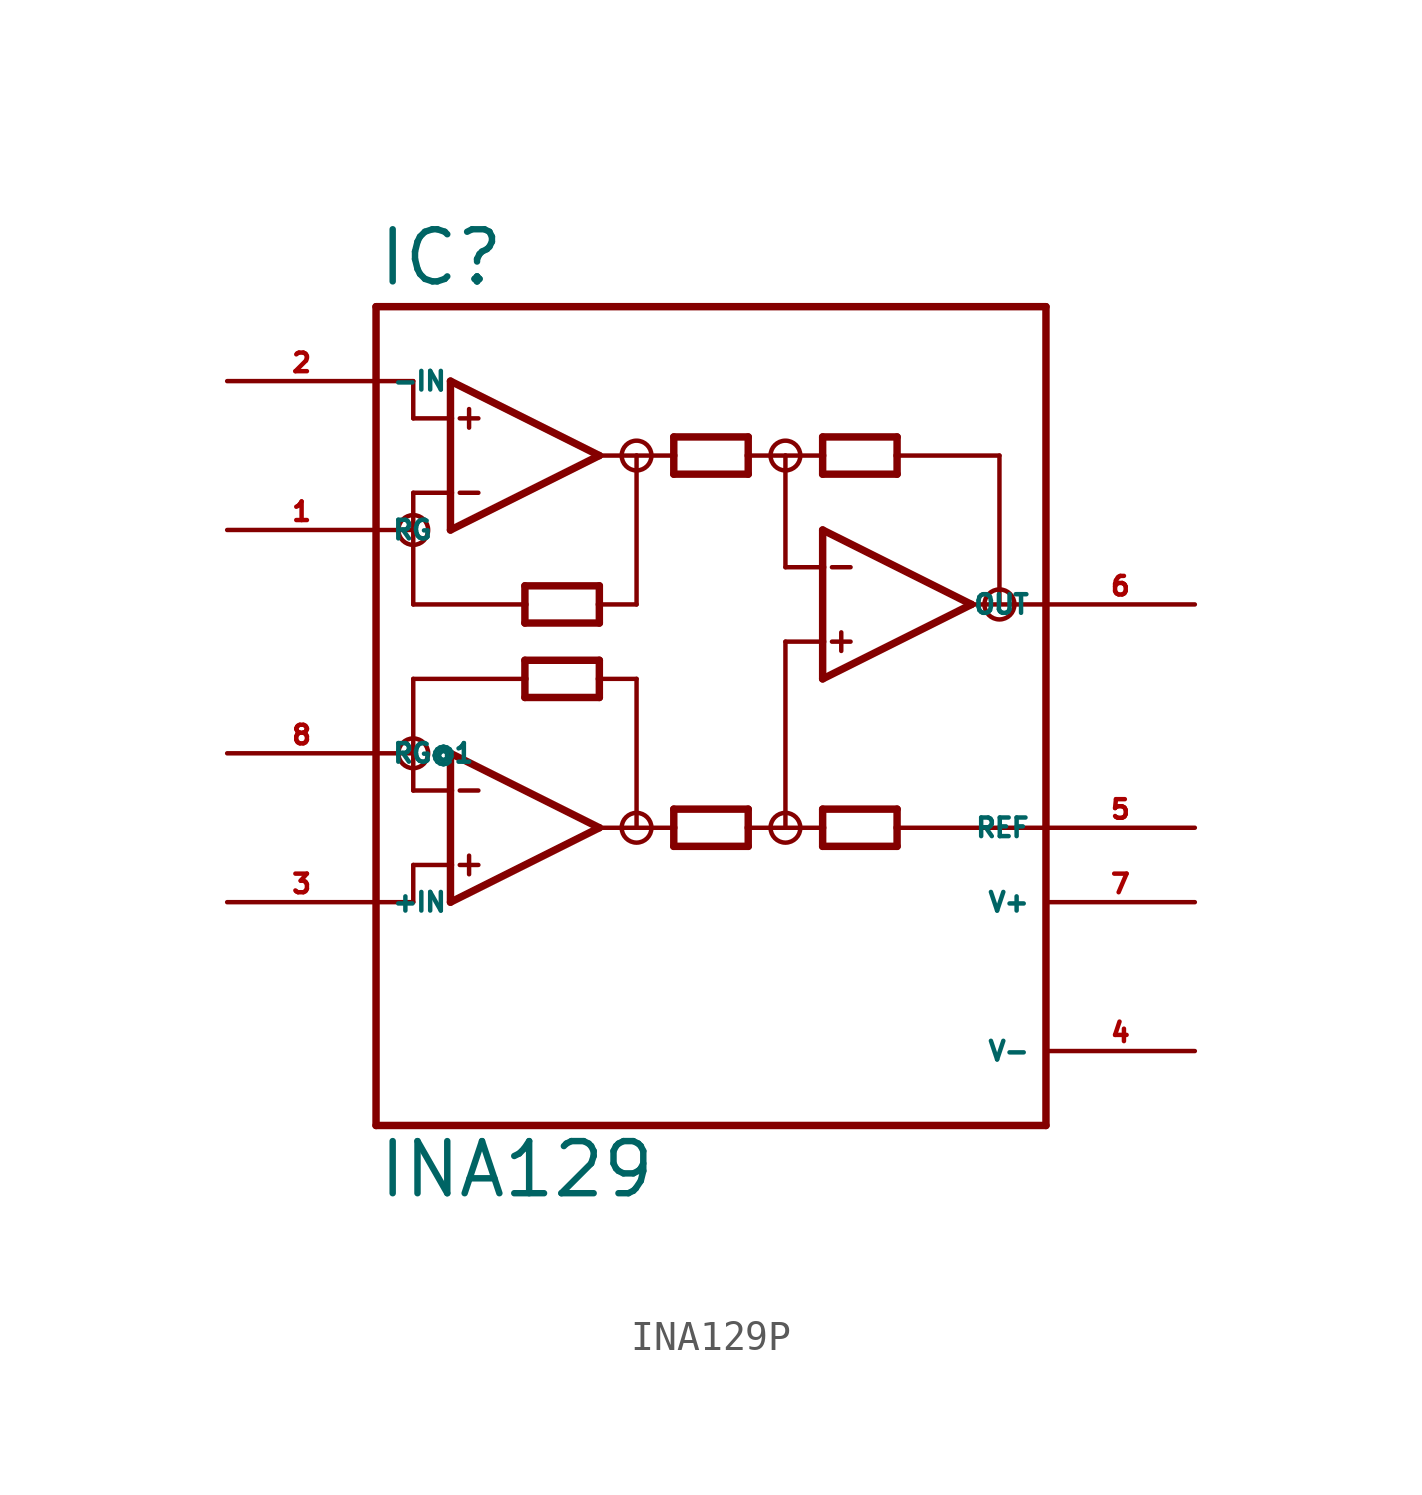
<source format=kicad_sym>
(kicad_symbol_lib
  (version 20220914)
  (generator Eagle2Kicad)
  (symbol "INA129P"
    (property "Reference" "IC"
      (at -10.16 13.335 0)
      (effects (font (size 1.778 1.778) (thickness 0.22)) (justify left bottom)))
    (property "Value" "INA129"
      (at -10.16 -17.78 0)
      (effects (font (size 1.778 1.778) (thickness 0.22)) (justify left bottom)))
    (polyline
      (pts (xy -7.62 5.08) (xy -7.62 6.35))
      (stroke (width 0.254) (type default))
      (fill (type none)))
    (polyline
      (pts (xy -7.62 6.35) (xy -7.62 8.89))
      (stroke (width 0.254) (type default))
      (fill (type none)))
    (polyline
      (pts (xy -7.62 8.89) (xy -7.62 10.16))
      (stroke (width 0.254) (type default))
      (fill (type none)))
    (polyline
      (pts (xy -7.62 10.16) (xy -2.54 7.62))
      (stroke (width 0.254) (type default))
      (fill (type none)))
    (polyline
      (pts (xy -2.54 7.62) (xy -7.62 5.08))
      (stroke (width 0.254) (type default))
      (fill (type none)))
    (polyline
      (pts (xy -2.54 1.905) (xy -2.54 2.54))
      (stroke (width 0.254) (type default))
      (fill (type none)))
    (polyline
      (pts (xy -2.54 2.54) (xy -2.54 3.175))
      (stroke (width 0.254) (type default))
      (fill (type none)))
    (polyline
      (pts (xy -2.54 3.175) (xy -5.08 3.175))
      (stroke (width 0.254) (type default))
      (fill (type none)))
    (polyline
      (pts (xy -5.08 3.175) (xy -5.08 2.54))
      (stroke (width 0.254) (type default))
      (fill (type none)))
    (polyline
      (pts (xy -5.08 2.54) (xy -5.08 1.905))
      (stroke (width 0.254) (type default))
      (fill (type none)))
    (polyline
      (pts (xy -5.08 1.905) (xy -2.54 1.905))
      (stroke (width 0.254) (type default))
      (fill (type none)))
    (polyline
      (pts (xy 0 6.985) (xy 0 7.62))
      (stroke (width 0.254) (type default))
      (fill (type none)))
    (polyline
      (pts (xy 0 7.62) (xy 0 8.255))
      (stroke (width 0.254) (type default))
      (fill (type none)))
    (polyline
      (pts (xy 0 8.255) (xy 2.54 8.255))
      (stroke (width 0.254) (type default))
      (fill (type none)))
    (polyline
      (pts (xy 2.54 8.255) (xy 2.54 7.62))
      (stroke (width 0.254) (type default))
      (fill (type none)))
    (polyline
      (pts (xy 2.54 7.62) (xy 2.54 6.985))
      (stroke (width 0.254) (type default))
      (fill (type none)))
    (polyline
      (pts (xy 2.54 6.985) (xy 0 6.985))
      (stroke (width 0.254) (type default))
      (fill (type none)))
    (polyline
      (pts (xy -7.62 8.89) (xy -8.89 8.89))
      (stroke (width 0.152) (type default))
      (fill (type none)))
    (polyline
      (pts (xy 7.62 8.255) (xy 7.62 7.62))
      (stroke (width 0.254) (type default))
      (fill (type none)))
    (polyline
      (pts (xy 7.62 7.62) (xy 7.62 6.985))
      (stroke (width 0.254) (type default))
      (fill (type none)))
    (polyline
      (pts (xy 7.62 6.985) (xy 5.08 6.985))
      (stroke (width 0.254) (type default))
      (fill (type none)))
    (polyline
      (pts (xy 5.08 6.985) (xy 5.08 7.62))
      (stroke (width 0.254) (type default))
      (fill (type none)))
    (polyline
      (pts (xy 5.08 7.62) (xy 5.08 8.255))
      (stroke (width 0.254) (type default))
      (fill (type none)))
    (polyline
      (pts (xy 5.08 8.255) (xy 7.62 8.255))
      (stroke (width 0.254) (type default))
      (fill (type none)))
    (polyline
      (pts (xy 5.08 -4.445) (xy 5.08 -5.08))
      (stroke (width 0.254) (type default))
      (fill (type none)))
    (polyline
      (pts (xy 5.08 -5.08) (xy 5.08 -5.715))
      (stroke (width 0.254) (type default))
      (fill (type none)))
    (polyline
      (pts (xy 5.08 -5.715) (xy 7.62 -5.715))
      (stroke (width 0.254) (type default))
      (fill (type none)))
    (polyline
      (pts (xy 7.62 -5.715) (xy 7.62 -5.08))
      (stroke (width 0.254) (type default))
      (fill (type none)))
    (polyline
      (pts (xy 7.62 -5.08) (xy 7.62 -4.445))
      (stroke (width 0.254) (type default))
      (fill (type none)))
    (polyline
      (pts (xy 7.62 -4.445) (xy 5.08 -4.445))
      (stroke (width 0.254) (type default))
      (fill (type none)))
    (polyline
      (pts (xy -7.62 6.35) (xy -8.89 6.35))
      (stroke (width 0.152) (type default))
      (fill (type none)))
    (polyline
      (pts (xy -7.303 8.89) (xy -6.668 8.89))
      (stroke (width 0.152) (type default))
      (fill (type none)))
    (polyline
      (pts (xy -7.303 6.35) (xy -6.668 6.35))
      (stroke (width 0.152) (type default))
      (fill (type none)))
    (polyline
      (pts (xy -6.985 9.207) (xy -6.985 8.572))
      (stroke (width 0.152) (type default))
      (fill (type none)))
    (polyline
      (pts (xy -10.16 -15.24) (xy 12.7 -15.24))
      (stroke (width 0.254) (type default))
      (fill (type none)))
    (polyline
      (pts (xy 12.7 -15.24) (xy 12.7 -5.08))
      (stroke (width 0.254) (type default))
      (fill (type none)))
    (polyline
      (pts (xy 12.7 -5.08) (xy 12.7 2.54))
      (stroke (width 0.254) (type default))
      (fill (type none)))
    (polyline
      (pts (xy 12.7 2.54) (xy 12.7 12.7))
      (stroke (width 0.254) (type default))
      (fill (type none)))
    (polyline
      (pts (xy 12.7 12.7) (xy -10.16 12.7))
      (stroke (width 0.254) (type default))
      (fill (type none)))
    (polyline
      (pts (xy -10.16 12.7) (xy -10.16 10.16))
      (stroke (width 0.254) (type default))
      (fill (type none)))
    (polyline
      (pts (xy -10.16 10.16) (xy -10.16 5.08))
      (stroke (width 0.254) (type default))
      (fill (type none)))
    (polyline
      (pts (xy -10.16 5.08) (xy -10.16 -2.54))
      (stroke (width 0.254) (type default))
      (fill (type none)))
    (polyline
      (pts (xy -10.16 -2.54) (xy -10.16 -7.62))
      (stroke (width 0.254) (type default))
      (fill (type none)))
    (polyline
      (pts (xy -10.16 -7.62) (xy -10.16 -15.24))
      (stroke (width 0.254) (type default))
      (fill (type none)))
    (polyline
      (pts (xy -7.62 -7.62) (xy -7.62 -6.35))
      (stroke (width 0.254) (type default))
      (fill (type none)))
    (polyline
      (pts (xy -7.62 -6.35) (xy -7.62 -3.81))
      (stroke (width 0.254) (type default))
      (fill (type none)))
    (polyline
      (pts (xy -7.62 -3.81) (xy -7.62 -2.54))
      (stroke (width 0.254) (type default))
      (fill (type none)))
    (polyline
      (pts (xy -7.62 -2.54) (xy -2.54 -5.08))
      (stroke (width 0.254) (type default))
      (fill (type none)))
    (polyline
      (pts (xy -2.54 -5.08) (xy -7.62 -7.62))
      (stroke (width 0.254) (type default))
      (fill (type none)))
    (polyline
      (pts (xy 2.54 -5.715) (xy 2.54 -5.08))
      (stroke (width 0.254) (type default))
      (fill (type none)))
    (polyline
      (pts (xy 2.54 -5.08) (xy 2.54 -4.445))
      (stroke (width 0.254) (type default))
      (fill (type none)))
    (polyline
      (pts (xy 2.54 -4.445) (xy 0 -4.445))
      (stroke (width 0.254) (type default))
      (fill (type none)))
    (polyline
      (pts (xy 0 -4.445) (xy 0 -5.08))
      (stroke (width 0.254) (type default))
      (fill (type none)))
    (polyline
      (pts (xy 0 -5.08) (xy 0 -5.715))
      (stroke (width 0.254) (type default))
      (fill (type none)))
    (polyline
      (pts (xy 0 -5.715) (xy 2.54 -5.715))
      (stroke (width 0.254) (type default))
      (fill (type none)))
    (polyline
      (pts (xy -5.08 -0.635) (xy -5.08 0))
      (stroke (width 0.254) (type default))
      (fill (type none)))
    (polyline
      (pts (xy -5.08 0) (xy -5.08 0.635))
      (stroke (width 0.254) (type default))
      (fill (type none)))
    (polyline
      (pts (xy -5.08 0.635) (xy -2.54 0.635))
      (stroke (width 0.254) (type default))
      (fill (type none)))
    (polyline
      (pts (xy -2.54 0.635) (xy -2.54 0))
      (stroke (width 0.254) (type default))
      (fill (type none)))
    (polyline
      (pts (xy -2.54 0) (xy -2.54 -0.635))
      (stroke (width 0.254) (type default))
      (fill (type none)))
    (polyline
      (pts (xy -2.54 -0.635) (xy -5.08 -0.635))
      (stroke (width 0.254) (type default))
      (fill (type none)))
    (polyline
      (pts (xy -7.62 -3.81) (xy -8.89 -3.81))
      (stroke (width 0.152) (type default))
      (fill (type none)))
    (polyline
      (pts (xy -7.62 -6.35) (xy -8.89 -6.35))
      (stroke (width 0.152) (type default))
      (fill (type none)))
    (polyline
      (pts (xy -7.303 -3.81) (xy -6.668 -3.81))
      (stroke (width 0.152) (type default))
      (fill (type none)))
    (polyline
      (pts (xy -7.303 -6.35) (xy -6.668 -6.35))
      (stroke (width 0.152) (type default))
      (fill (type none)))
    (polyline
      (pts (xy -6.985 -6.032) (xy -6.985 -6.668))
      (stroke (width 0.152) (type default))
      (fill (type none)))
    (polyline
      (pts (xy -8.89 8.89) (xy -8.89 10.16))
      (stroke (width 0.152) (type default))
      (fill (type none)))
    (polyline
      (pts (xy -8.89 10.16) (xy -10.16 10.16))
      (stroke (width 0.152) (type default))
      (fill (type none)))
    (polyline
      (pts (xy -8.89 6.35) (xy -8.89 5.08))
      (stroke (width 0.152) (type default))
      (fill (type none)))
    (polyline
      (pts (xy -8.89 5.08) (xy -10.16 5.08))
      (stroke (width 0.152) (type default))
      (fill (type none)))
    (polyline
      (pts (xy 5.08 0) (xy 5.08 1.27))
      (stroke (width 0.254) (type default))
      (fill (type none)))
    (polyline
      (pts (xy 5.08 1.27) (xy 5.08 3.81))
      (stroke (width 0.254) (type default))
      (fill (type none)))
    (polyline
      (pts (xy 5.08 3.81) (xy 5.08 5.08))
      (stroke (width 0.254) (type default))
      (fill (type none)))
    (polyline
      (pts (xy 5.08 5.08) (xy 10.16 2.54))
      (stroke (width 0.254) (type default))
      (fill (type none)))
    (polyline
      (pts (xy 10.16 2.54) (xy 5.08 0))
      (stroke (width 0.254) (type default))
      (fill (type none)))
    (polyline
      (pts (xy 5.08 1.27) (xy 3.81 1.27))
      (stroke (width 0.152) (type default))
      (fill (type none)))
    (polyline
      (pts (xy 5.397 3.81) (xy 6.032 3.81))
      (stroke (width 0.152) (type default))
      (fill (type none)))
    (polyline
      (pts (xy 5.397 1.27) (xy 6.032 1.27))
      (stroke (width 0.152) (type default))
      (fill (type none)))
    (polyline
      (pts (xy 5.715 1.587) (xy 5.715 0.953))
      (stroke (width 0.152) (type default))
      (fill (type none)))
    (polyline
      (pts (xy -2.54 7.62) (xy -1.27 7.62))
      (stroke (width 0.152) (type default))
      (fill (type none)))
    (polyline
      (pts (xy -1.27 7.62) (xy 0 7.62))
      (stroke (width 0.152) (type default))
      (fill (type none)))
    (polyline
      (pts (xy 2.54 7.62) (xy 3.81 7.62))
      (stroke (width 0.152) (type default))
      (fill (type none)))
    (polyline
      (pts (xy 3.81 7.62) (xy 5.08 7.62))
      (stroke (width 0.152) (type default))
      (fill (type none)))
    (polyline
      (pts (xy 10.16 2.54) (xy 11.113 2.54))
      (stroke (width 0.152) (type default))
      (fill (type none)))
    (polyline
      (pts (xy 11.113 2.54) (xy 11.113 7.62))
      (stroke (width 0.152) (type default))
      (fill (type none)))
    (polyline
      (pts (xy 11.113 7.62) (xy 7.62 7.62))
      (stroke (width 0.152) (type default))
      (fill (type none)))
    (polyline
      (pts (xy 11.113 2.54) (xy 12.7 2.54))
      (stroke (width 0.152) (type default))
      (fill (type none)))
    (polyline
      (pts (xy -8.89 5.08) (xy -8.89 2.54))
      (stroke (width 0.152) (type default))
      (fill (type none)))
    (polyline
      (pts (xy -8.89 2.54) (xy -5.08 2.54))
      (stroke (width 0.152) (type default))
      (fill (type none)))
    (polyline
      (pts (xy -1.27 7.62) (xy -1.27 2.54))
      (stroke (width 0.152) (type default))
      (fill (type none)))
    (polyline
      (pts (xy -1.27 2.54) (xy -2.54 2.54))
      (stroke (width 0.152) (type default))
      (fill (type none)))
    (polyline
      (pts (xy 3.81 7.62) (xy 3.81 3.81))
      (stroke (width 0.152) (type default))
      (fill (type none)))
    (polyline
      (pts (xy 3.81 3.81) (xy 5.08 3.81))
      (stroke (width 0.152) (type default))
      (fill (type none)))
    (polyline
      (pts (xy -5.08 0) (xy -8.89 0))
      (stroke (width 0.152) (type default))
      (fill (type none)))
    (polyline
      (pts (xy -8.89 0) (xy -8.89 -2.54))
      (stroke (width 0.152) (type default))
      (fill (type none)))
    (polyline
      (pts (xy -8.89 -2.54) (xy -8.89 -3.81))
      (stroke (width 0.152) (type default))
      (fill (type none)))
    (polyline
      (pts (xy -2.54 0) (xy -1.27 0))
      (stroke (width 0.152) (type default))
      (fill (type none)))
    (polyline
      (pts (xy -1.27 0) (xy -1.27 -5.08))
      (stroke (width 0.152) (type default))
      (fill (type none)))
    (polyline
      (pts (xy -1.27 -5.08) (xy -2.54 -5.08))
      (stroke (width 0.152) (type default))
      (fill (type none)))
    (polyline
      (pts (xy -1.27 -5.08) (xy 0 -5.08))
      (stroke (width 0.152) (type default))
      (fill (type none)))
    (polyline
      (pts (xy 2.54 -5.08) (xy 3.81 -5.08))
      (stroke (width 0.152) (type default))
      (fill (type none)))
    (polyline
      (pts (xy 3.81 -5.08) (xy 5.08 -5.08))
      (stroke (width 0.152) (type default))
      (fill (type none)))
    (polyline
      (pts (xy -8.89 -6.35) (xy -8.89 -7.62))
      (stroke (width 0.152) (type default))
      (fill (type none)))
    (polyline
      (pts (xy -8.89 -7.62) (xy -10.16 -7.62))
      (stroke (width 0.152) (type default))
      (fill (type none)))
    (polyline
      (pts (xy -10.16 -2.54) (xy -8.89 -2.54))
      (stroke (width 0.152) (type default))
      (fill (type none)))
    (polyline
      (pts (xy 3.81 1.27) (xy 3.81 -5.08))
      (stroke (width 0.152) (type default))
      (fill (type none)))
    (polyline
      (pts (xy 7.62 -5.08) (xy 12.7 -5.08))
      (stroke (width 0.152) (type default))
      (fill (type none)))
    (circle
      (center -1.27 7.62)
      (radius 0.508)
      (stroke (width 0) (type default))
      (fill (type none)))
    (circle
      (center 3.81 7.62)
      (radius 0.508)
      (stroke (width 0) (type default))
      (fill (type none)))
    (circle
      (center 11.113 2.54)
      (radius 0.512)
      (stroke (width 0) (type default))
      (fill (type none)))
    (circle
      (center -1.27 -5.08)
      (radius 0.508)
      (stroke (width 0) (type default))
      (fill (type none)))
    (circle
      (center -8.89 -2.54)
      (radius 0.508)
      (stroke (width 0) (type default))
      (fill (type none)))
    (circle
      (center -8.89 5.08)
      (radius 0.508)
      (stroke (width 0) (type default))
      (fill (type none)))
    (circle
      (center 3.81 -5.08)
      (radius 0.508)
      (stroke (width 0) (type default))
      (fill (type none)))
    (pin input line
      (at -15.24 -7.62 0)
      (length 5.08)
      (name "+IN" (effects (font (size 0.635 0.635) (thickness 0.08)) (justify left bottom)))
      (number "3" (effects (font (size 0.635 0.635) (thickness 0.08)) (justify left bottom))))
    (pin input line
      (at -15.24 10.16 0)
      (length 5.08)
      (name "-IN" (effects (font (size 0.635 0.635) (thickness 0.08)) (justify left bottom)))
      (number "2" (effects (font (size 0.635 0.635) (thickness 0.08)) (justify left bottom))))
    (pin output line
      (at 17.78 2.54 180)
      (length 5.08)
      (name "OUT" (effects (font (size 0.635 0.635) (thickness 0.08)) (justify left bottom)))
      (number "6" (effects (font (size 0.635 0.635) (thickness 0.08)) (justify left bottom))))
    (pin passive line
      (at 17.78 -5.08 180)
      (length 5.08)
      (name "REF" (effects (font (size 0.635 0.635) (thickness 0.08)) (justify left bottom)))
      (number "5" (effects (font (size 0.635 0.635) (thickness 0.08)) (justify left bottom))))
    (pin unspecified line
      (at 17.78 -7.62 180)
      (length 5.08)
      (name "V+" (effects (font (size 0.635 0.635) (thickness 0.08)) (justify left bottom)))
      (number "7" (effects (font (size 0.635 0.635) (thickness 0.08)) (justify left bottom))))
    (pin unspecified line
      (at 17.78 -12.7 180)
      (length 5.08)
      (name "V-" (effects (font (size 0.635 0.635) (thickness 0.08)) (justify left bottom)))
      (number "4" (effects (font (size 0.635 0.635) (thickness 0.08)) (justify left bottom))))
    (pin passive line
      (at -15.24 5.08 0)
      (length 5.08)
      (name "RG" (effects (font (size 0.635 0.635) (thickness 0.08)) (justify left bottom)))
      (number "1" (effects (font (size 0.635 0.635) (thickness 0.08)) (justify left bottom))))
    (pin passive line
      (at -15.24 -2.54 0)
      (length 5.08)
      (name "RG@1" (effects (font (size 0.635 0.635) (thickness 0.08)) (justify left bottom)))
      (number "8" (effects (font (size 0.635 0.635) (thickness 0.08)) (justify left bottom))))))
</source>
